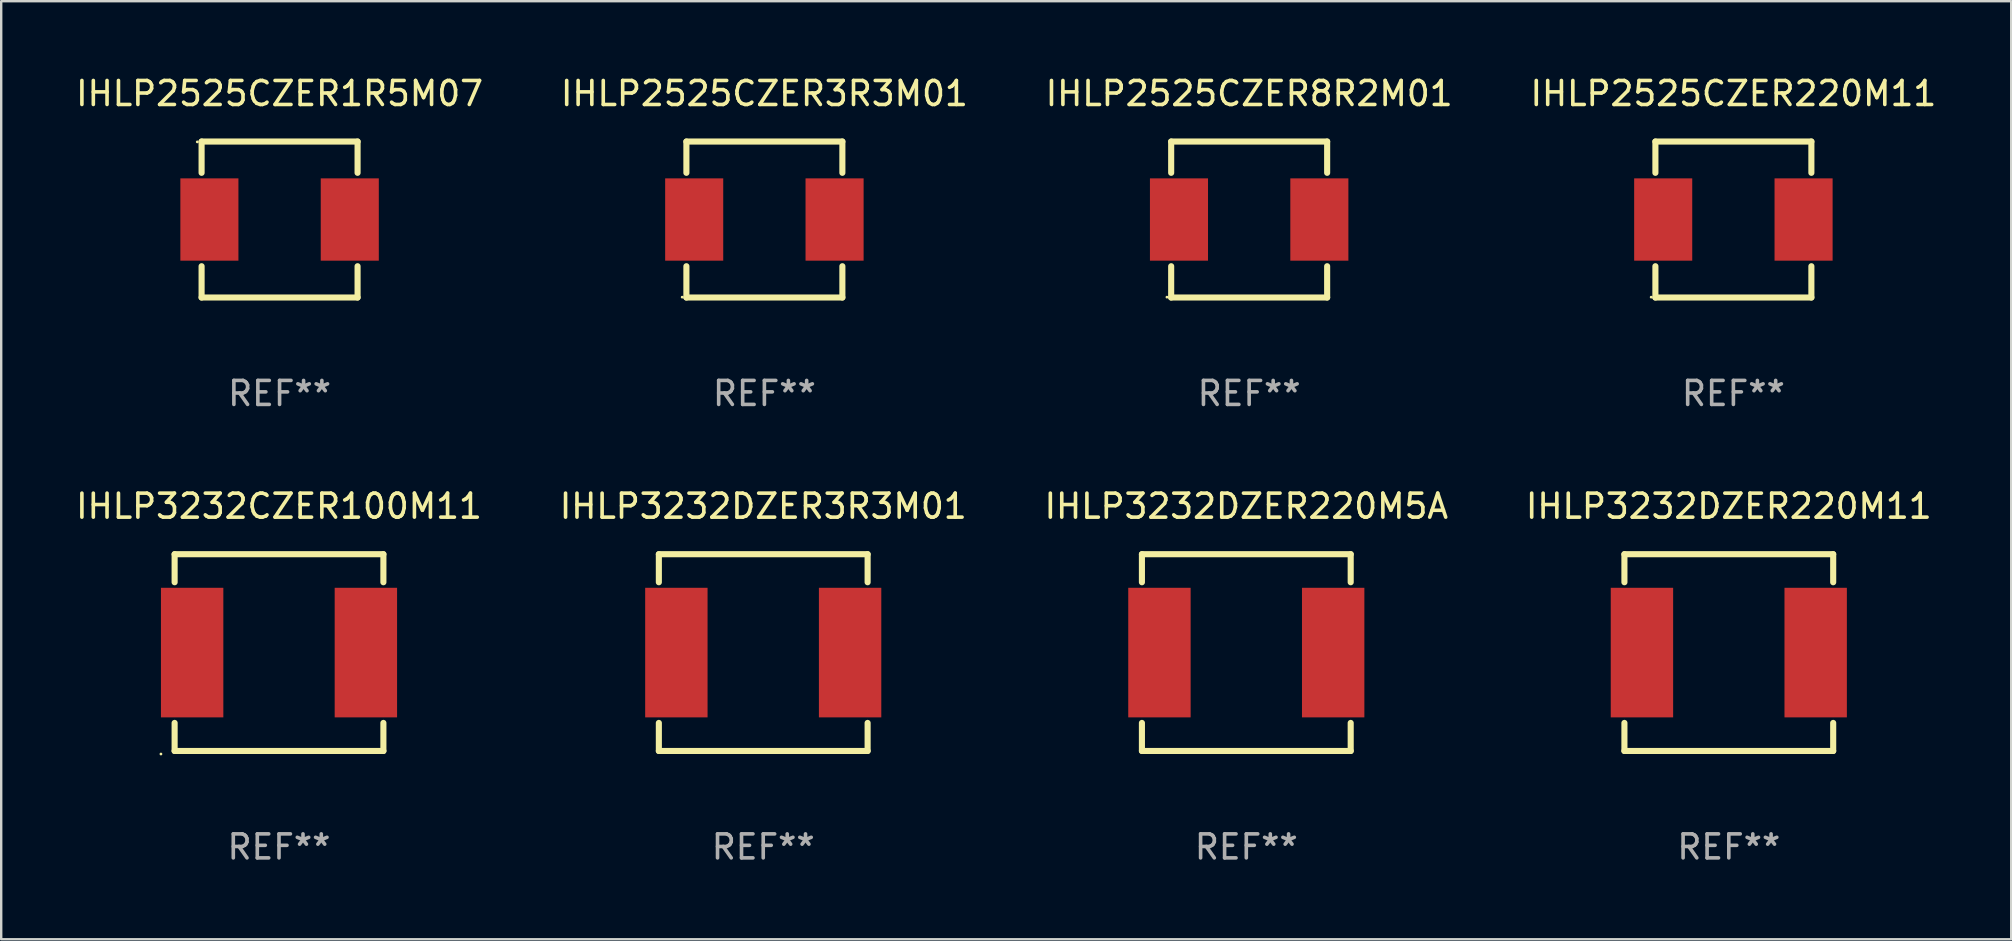
<source format=kicad_pcb>
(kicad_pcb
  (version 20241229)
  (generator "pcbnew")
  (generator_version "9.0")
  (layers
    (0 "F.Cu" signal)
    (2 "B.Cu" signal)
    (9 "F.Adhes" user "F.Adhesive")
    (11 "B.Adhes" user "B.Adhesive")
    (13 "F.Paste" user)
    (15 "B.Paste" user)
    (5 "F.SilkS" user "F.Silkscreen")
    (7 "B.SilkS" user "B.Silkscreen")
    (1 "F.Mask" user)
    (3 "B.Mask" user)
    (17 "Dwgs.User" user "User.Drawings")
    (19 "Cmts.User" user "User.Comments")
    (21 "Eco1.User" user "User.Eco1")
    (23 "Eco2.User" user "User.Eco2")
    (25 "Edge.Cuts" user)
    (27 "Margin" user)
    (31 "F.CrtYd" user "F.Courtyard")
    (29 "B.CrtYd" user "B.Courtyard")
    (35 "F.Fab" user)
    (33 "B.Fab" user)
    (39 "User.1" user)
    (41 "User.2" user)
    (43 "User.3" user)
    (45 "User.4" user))
  (footprint "IHLP3232DZER3R3M01"
    (layer "F.Cu")
    (at 28.756 24.145)
    (property "Reference" "IHLP3232DZER3R3M01" (at 0 -6.1 0) (layer "F.SilkS") (effects (font (size 1 1) (thickness 0.15))))
    (attr through_hole)
    (fp_line (start -4.35 -4.1) (end -4.35 -2.931) (stroke (width 0.254) (type solid)) (layer "F.SilkS"))
    (fp_line (start -4.35 2.931) (end -4.35 4.1) (stroke (width 0.254) (type solid)) (layer "F.SilkS"))
    (fp_line (start 4.35 -4.1) (end -4.35 -4.1) (stroke (width 0.254) (type solid)) (layer "F.SilkS"))
    (fp_line (start 4.35 -4.1) (end 4.35 -2.931) (stroke (width 0.254) (type solid)) (layer "F.SilkS"))
    (fp_line (start 4.35 2.931) (end 4.35 4.1) (stroke (width 0.254) (type solid)) (layer "F.SilkS"))
    (fp_line (start 4.35 4.1) (end -4.35 4.1) (stroke (width 0.254) (type solid)) (layer "F.SilkS"))
    (fp_circle (center -4.306 4.09) (end -4.276 4.09) (stroke (width 0.06) (type solid)) (fill no) (layer "F.SilkS"))
    (fp_text user "REF**" (at 0 8.1 0) (layer "F.Fab") (effects (font (size 1 1) (thickness 0.15))))
    (pad "1" smd rect (at -3.62 0) (size 2.6 5.4) (layers "F.Cu" "F.Mask" "F.Paste"))
    (pad "2" smd rect (at 3.62 0) (size 2.6 5.4) (layers "F.Cu" "F.Mask" "F.Paste")))
  (footprint "IHLP2525CZER3R3M01"
    (layer "F.Cu")
    (at 28.804 6.098)
    (property "Reference" "IHLP2525CZER3R3M01" (at 0 -5.25 0) (layer "F.SilkS") (effects (font (size 1 1) (thickness 0.15))))
    (attr through_hole)
    (fp_line (start -3.25 -3.25) (end 3.25 -3.25) (stroke (width 0.254) (type solid)) (layer "F.SilkS"))
    (fp_line (start -3.25 -1.946) (end -3.25 -3.25) (stroke (width 0.254) (type solid)) (layer "F.SilkS"))
    (fp_line (start -3.25 3.25) (end -3.25 1.946) (stroke (width 0.254) (type solid)) (layer "F.SilkS"))
    (fp_line (start 3.25 -3.25) (end 3.25 -1.946) (stroke (width 0.254) (type solid)) (layer "F.SilkS"))
    (fp_line (start 3.25 1.946) (end 3.25 3.25) (stroke (width 0.254) (type solid)) (layer "F.SilkS"))
    (fp_line (start 3.25 3.25) (end -3.25 3.25) (stroke (width 0.254) (type solid)) (layer "F.SilkS"))
    (fp_circle (center -3.426 3.235) (end -3.396 3.235) (stroke (width 0.06) (type solid)) (fill no) (layer "F.SilkS"))
    (fp_text user "REF**" (at 0 7.25 0) (layer "F.Fab") (effects (font (size 1 1) (thickness 0.15))))
    (pad "1" smd rect (at -2.925 0) (size 2.42 3.43) (layers "F.Cu" "F.Mask" "F.Paste"))
    (pad "2" smd rect (at 2.925 0) (size 2.42 3.43) (layers "F.Cu" "F.Mask" "F.Paste")))
  (footprint "IHLP2525CZER220M11"
    (layer "F.Cu")
    (at 69.185 6.098)
    (property "Reference" "IHLP2525CZER220M11" (at 0 -5.25 0) (layer "F.SilkS") (effects (font (size 1 1) (thickness 0.15))))
    (attr through_hole)
    (fp_line (start -3.25 -3.25) (end 3.25 -3.25) (stroke (width 0.254) (type solid)) (layer "F.SilkS"))
    (fp_line (start -3.25 -1.946) (end -3.25 -3.25) (stroke (width 0.254) (type solid)) (layer "F.SilkS"))
    (fp_line (start -3.25 3.25) (end -3.25 1.946) (stroke (width 0.254) (type solid)) (layer "F.SilkS"))
    (fp_line (start 3.25 -3.25) (end 3.25 -1.946) (stroke (width 0.254) (type solid)) (layer "F.SilkS"))
    (fp_line (start 3.25 1.946) (end 3.25 3.25) (stroke (width 0.254) (type solid)) (layer "F.SilkS"))
    (fp_line (start 3.25 3.25) (end -3.25 3.25) (stroke (width 0.254) (type solid)) (layer "F.SilkS"))
    (fp_circle (center -3.426 3.235) (end -3.396 3.235) (stroke (width 0.06) (type solid)) (fill no) (layer "F.SilkS"))
    (fp_text user "REF**" (at 0 7.25 0) (layer "F.Fab") (effects (font (size 1 1) (thickness 0.15))))
    (pad "1" smd rect (at -2.925 0) (size 2.42 3.43) (layers "F.Cu" "F.Mask" "F.Paste"))
    (pad "2" smd rect (at 2.925 0) (size 2.42 3.43) (layers "F.Cu" "F.Mask" "F.Paste")))
  (footprint "IHLP2525CZER1R5M07"
    (layer "F.Cu")
    (at 8.601 6.098)
    (property "Reference" "IHLP2525CZER1R5M07" (at 0 -5.25 0) (layer "F.SilkS") (effects (font (size 1 1) (thickness 0.15))))
    (attr through_hole)
    (fp_line (start -3.25 -3.25) (end 3.25 -3.25) (stroke (width 0.254) (type solid)) (layer "F.SilkS"))
    (fp_line (start -3.25 -1.946) (end -3.25 -3.25) (stroke (width 0.254) (type solid)) (layer "F.SilkS"))
    (fp_line (start -3.25 3.25) (end -3.25 1.946) (stroke (width 0.254) (type solid)) (layer "F.SilkS"))
    (fp_line (start 3.25 -3.25) (end 3.25 -1.946) (stroke (width 0.254) (type solid)) (layer "F.SilkS"))
    (fp_line (start 3.25 1.946) (end 3.25 3.25) (stroke (width 0.254) (type solid)) (layer "F.SilkS"))
    (fp_line (start 3.25 3.25) (end -3.25 3.25) (stroke (width 0.254) (type solid)) (layer "F.SilkS"))
    (fp_circle (center -3.43 -3.235) (end -3.4 -3.235) (stroke (width 0.06) (type solid)) (fill no) (layer "F.SilkS"))
    (fp_text user "REF**" (at 0 7.25 0) (layer "F.Fab") (effects (font (size 1 1) (thickness 0.15))))
    (pad "1" smd rect (at -2.925 0) (size 2.42 3.43) (layers "F.Cu" "F.Mask" "F.Paste"))
    (pad "2" smd rect (at 2.925 0) (size 2.42 3.43) (layers "F.Cu" "F.Mask" "F.Paste")))
  (footprint "IHLP2525CZER8R2M01"
    (layer "F.Cu")
    (at 49.006 6.098)
    (property "Reference" "IHLP2525CZER8R2M01" (at 0 -5.25 0) (layer "F.SilkS") (effects (font (size 1 1) (thickness 0.15))))
    (attr through_hole)
    (fp_line (start -3.25 -3.25) (end 3.25 -3.25) (stroke (width 0.254) (type solid)) (layer "F.SilkS"))
    (fp_line (start -3.25 -1.946) (end -3.25 -3.25) (stroke (width 0.254) (type solid)) (layer "F.SilkS"))
    (fp_line (start -3.25 3.25) (end -3.25 1.946) (stroke (width 0.254) (type solid)) (layer "F.SilkS"))
    (fp_line (start 3.25 -3.25) (end 3.25 -1.946) (stroke (width 0.254) (type solid)) (layer "F.SilkS"))
    (fp_line (start 3.25 1.946) (end 3.25 3.25) (stroke (width 0.254) (type solid)) (layer "F.SilkS"))
    (fp_line (start 3.25 3.25) (end -3.25 3.25) (stroke (width 0.254) (type solid)) (layer "F.SilkS"))
    (fp_circle (center -3.426 3.235) (end -3.396 3.235) (stroke (width 0.06) (type solid)) (fill no) (layer "F.SilkS"))
    (fp_text user "REF**" (at 0 7.25 0) (layer "F.Fab") (effects (font (size 1 1) (thickness 0.15))))
    (pad "1" smd rect (at -2.925 0) (size 2.42 3.43) (layers "F.Cu" "F.Mask" "F.Paste"))
    (pad "2" smd rect (at 2.925 0) (size 2.42 3.43) (layers "F.Cu" "F.Mask" "F.Paste")))
  (footprint "IHLP3232DZER220M5A"
    (layer "F.Cu")
    (at 48.887 24.145)
    (property "Reference" "IHLP3232DZER220M5A" (at 0 -6.1 0) (layer "F.SilkS") (effects (font (size 1 1) (thickness 0.15))))
    (attr through_hole)
    (fp_line (start -4.35 -4.1) (end -4.35 -2.931) (stroke (width 0.254) (type solid)) (layer "F.SilkS"))
    (fp_line (start -4.35 2.931) (end -4.35 4.1) (stroke (width 0.254) (type solid)) (layer "F.SilkS"))
    (fp_line (start 4.35 -4.1) (end -4.35 -4.1) (stroke (width 0.254) (type solid)) (layer "F.SilkS"))
    (fp_line (start 4.35 -4.1) (end 4.35 -2.931) (stroke (width 0.254) (type solid)) (layer "F.SilkS"))
    (fp_line (start 4.35 2.931) (end 4.35 4.1) (stroke (width 0.254) (type solid)) (layer "F.SilkS"))
    (fp_line (start 4.35 4.1) (end -4.35 4.1) (stroke (width 0.254) (type solid)) (layer "F.SilkS"))
    (fp_circle (center -4.306 4.09) (end -4.276 4.09) (stroke (width 0.06) (type solid)) (fill no) (layer "F.SilkS"))
    (fp_text user "REF**" (at 0 8.1 0) (layer "F.Fab") (effects (font (size 1 1) (thickness 0.15))))
    (pad "1" smd rect (at -3.62 0) (size 2.6 5.4) (layers "F.Cu" "F.Mask" "F.Paste"))
    (pad "2" smd rect (at 3.62 0) (size 2.6 5.4) (layers "F.Cu" "F.Mask" "F.Paste")))
  (footprint "IHLP3232CZER100M11"
    (layer "F.Cu")
    (at 8.577 24.145)
    (property "Reference" "IHLP3232CZER100M11" (at 0 -6.1 0) (layer "F.SilkS") (effects (font (size 1 1) (thickness 0.15))))
    (attr through_hole)
    (fp_line (start -4.35 -4.1) (end -4.35 -2.931) (stroke (width 0.254) (type solid)) (layer "F.SilkS"))
    (fp_line (start -4.35 2.931) (end -4.35 4.1) (stroke (width 0.254) (type solid)) (layer "F.SilkS"))
    (fp_line (start 4.35 -4.1) (end -4.35 -4.1) (stroke (width 0.254) (type solid)) (layer "F.SilkS"))
    (fp_line (start 4.35 -4.1) (end 4.35 -2.931) (stroke (width 0.254) (type solid)) (layer "F.SilkS"))
    (fp_line (start 4.35 2.931) (end 4.35 4.1) (stroke (width 0.254) (type solid)) (layer "F.SilkS"))
    (fp_line (start 4.35 4.1) (end -4.35 4.1) (stroke (width 0.254) (type solid)) (layer "F.SilkS"))
    (fp_circle (center -4.92 4.227) (end -4.89 4.227) (stroke (width 0.06) (type solid)) (fill no) (layer "F.SilkS"))
    (fp_text user "REF**" (at 0 8.1 0) (layer "F.Fab") (effects (font (size 1 1) (thickness 0.15))))
    (pad "1" smd rect (at -3.62 0) (size 2.6 5.4) (layers "F.Cu" "F.Mask" "F.Paste"))
    (pad "2" smd rect (at 3.62 0) (size 2.6 5.4) (layers "F.Cu" "F.Mask" "F.Paste")))
  (footprint "IHLP3232DZER220M11"
    (layer "F.Cu")
    (at 68.994 24.145)
    (property "Reference" "IHLP3232DZER220M11" (at 0 -6.1 0) (layer "F.SilkS") (effects (font (size 1 1) (thickness 0.15))))
    (attr through_hole)
    (fp_line (start -4.35 -4.1) (end -4.35 -2.931) (stroke (width 0.254) (type solid)) (layer "F.SilkS"))
    (fp_line (start -4.35 2.931) (end -4.35 4.1) (stroke (width 0.254) (type solid)) (layer "F.SilkS"))
    (fp_line (start 4.35 -4.1) (end -4.35 -4.1) (stroke (width 0.254) (type solid)) (layer "F.SilkS"))
    (fp_line (start 4.35 -4.1) (end 4.35 -2.931) (stroke (width 0.254) (type solid)) (layer "F.SilkS"))
    (fp_line (start 4.35 2.931) (end 4.35 4.1) (stroke (width 0.254) (type solid)) (layer "F.SilkS"))
    (fp_line (start 4.35 4.1) (end -4.35 4.1) (stroke (width 0.254) (type solid)) (layer "F.SilkS"))
    (fp_circle (center -4.306 4.09) (end -4.276 4.09) (stroke (width 0.06) (type solid)) (fill no) (layer "F.SilkS"))
    (fp_text user "REF**" (at 0 8.1 0) (layer "F.Fab") (effects (font (size 1 1) (thickness 0.15))))
    (pad "1" smd rect (at -3.62 0) (size 2.6 5.4) (layers "F.Cu" "F.Mask" "F.Paste"))
    (pad "2" smd rect (at 3.62 0) (size 2.6 5.4) (layers "F.Cu" "F.Mask" "F.Paste")))
  (gr_rect
    (start -3 -3)
    (end 80.762 36.093)
    (stroke (width 0.1) (type default))
    (fill no)
    (layer "Edge.Cuts")))
</source>
